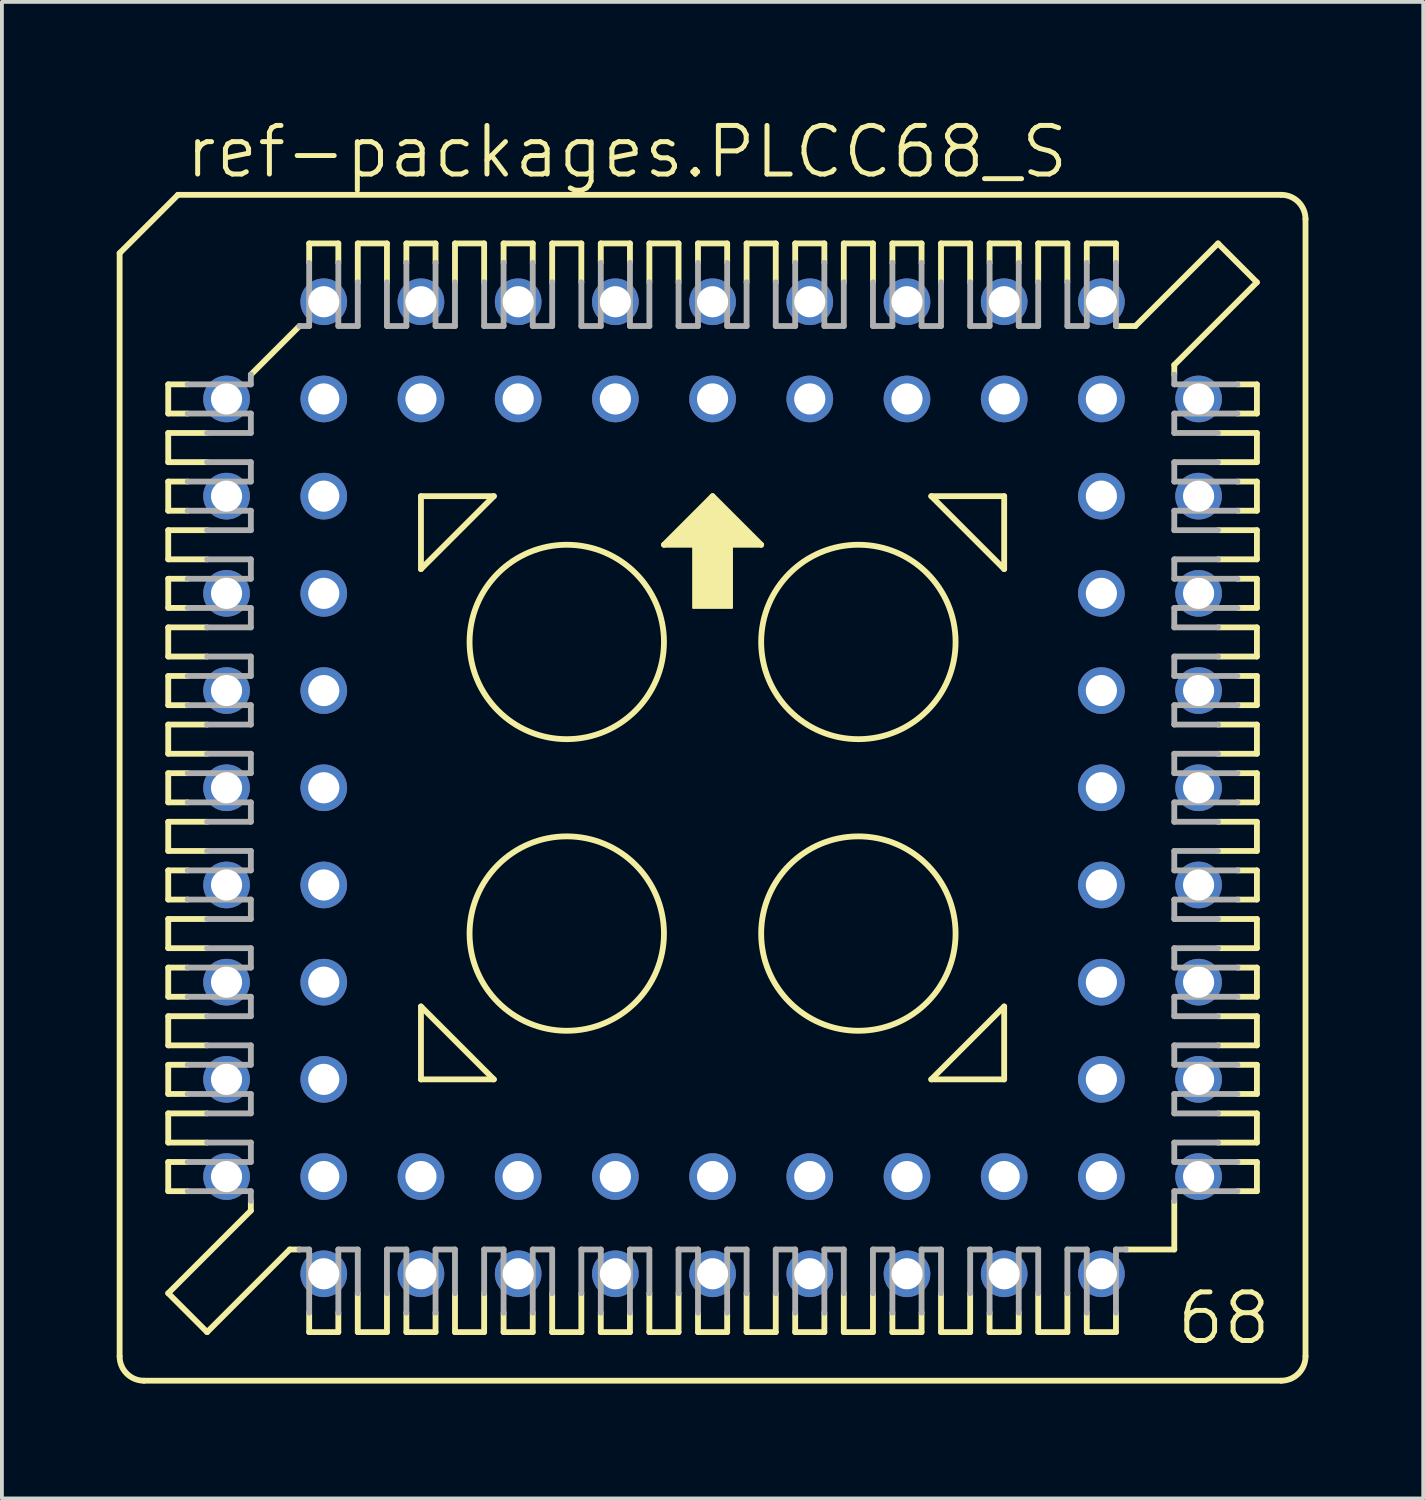
<source format=kicad_pcb>
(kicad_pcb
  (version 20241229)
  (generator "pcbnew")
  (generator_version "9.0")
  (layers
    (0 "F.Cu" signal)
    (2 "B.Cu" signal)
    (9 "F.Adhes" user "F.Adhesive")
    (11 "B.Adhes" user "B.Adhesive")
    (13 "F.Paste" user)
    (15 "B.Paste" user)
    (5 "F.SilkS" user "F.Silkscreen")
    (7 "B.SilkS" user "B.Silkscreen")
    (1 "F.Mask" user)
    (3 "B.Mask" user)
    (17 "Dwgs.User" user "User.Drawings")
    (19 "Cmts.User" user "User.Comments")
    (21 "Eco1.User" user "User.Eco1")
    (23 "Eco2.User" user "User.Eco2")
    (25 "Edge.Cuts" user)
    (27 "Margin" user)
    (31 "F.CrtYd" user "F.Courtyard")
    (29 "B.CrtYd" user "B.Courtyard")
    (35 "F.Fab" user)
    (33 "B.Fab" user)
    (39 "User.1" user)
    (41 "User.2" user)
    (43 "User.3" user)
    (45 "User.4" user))
  (footprint "ref-packages.PLCC68_S"
    (layer "F.Cu")
    (at 15.57 17.535)
    (property "Reference" "ref-packages.PLCC68_S" (at -13.843 -15.875 0) (layer "F.SilkS") (effects (font (size 1.27 1.27) (thickness 0.13)) (justify left bottom)))
    (attr through_hole)
    (fp_line (start -15.494 -13.97) (end -15.494 14.859) (stroke (width 0.152) (type default)) (layer "F.SilkS"))
    (fp_line (start -14.224 -10.541) (end -14.224 -9.779) (stroke (width 0.152) (type default)) (layer "F.SilkS"))
    (fp_line (start -14.224 -9.779) (end -13.716 -9.779) (stroke (width 0.152) (type default)) (layer "F.SilkS"))
    (fp_line (start -14.224 -9.271) (end -14.224 -8.509) (stroke (width 0.152) (type default)) (layer "F.SilkS"))
    (fp_line (start -14.224 -8.509) (end -13.208 -8.509) (stroke (width 0.152) (type default)) (layer "F.SilkS"))
    (fp_line (start -14.224 -8.001) (end -13.716 -8.001) (stroke (width 0.152) (type default)) (layer "F.SilkS"))
    (fp_line (start -14.224 -7.239) (end -14.224 -8.001) (stroke (width 0.152) (type default)) (layer "F.SilkS"))
    (fp_line (start -14.224 -6.731) (end -14.224 -5.969) (stroke (width 0.152) (type default)) (layer "F.SilkS"))
    (fp_line (start -14.224 -5.969) (end -13.208 -5.969) (stroke (width 0.152) (type default)) (layer "F.SilkS"))
    (fp_line (start -14.224 -5.461) (end -14.224 -4.699) (stroke (width 0.152) (type default)) (layer "F.SilkS"))
    (fp_line (start -14.224 -4.699) (end -13.716 -4.699) (stroke (width 0.152) (type default)) (layer "F.SilkS"))
    (fp_line (start -14.224 -4.191) (end -14.224 -3.429) (stroke (width 0.152) (type default)) (layer "F.SilkS"))
    (fp_line (start -14.224 -3.429) (end -13.208 -3.429) (stroke (width 0.152) (type default)) (layer "F.SilkS"))
    (fp_line (start -14.224 -2.921) (end -14.224 -2.159) (stroke (width 0.152) (type default)) (layer "F.SilkS"))
    (fp_line (start -14.224 -2.159) (end -13.716 -2.159) (stroke (width 0.152) (type default)) (layer "F.SilkS"))
    (fp_line (start -14.224 -1.651) (end -13.208 -1.651) (stroke (width 0.152) (type default)) (layer "F.SilkS"))
    (fp_line (start -14.224 -0.889) (end -14.224 -1.651) (stroke (width 0.152) (type default)) (layer "F.SilkS"))
    (fp_line (start -14.224 -0.381) (end -13.716 -0.381) (stroke (width 0.152) (type default)) (layer "F.SilkS"))
    (fp_line (start -14.224 0.381) (end -14.224 -0.381) (stroke (width 0.152) (type default)) (layer "F.SilkS"))
    (fp_line (start -14.224 0.889) (end -13.208 0.889) (stroke (width 0.152) (type default)) (layer "F.SilkS"))
    (fp_line (start -14.224 1.651) (end -14.224 0.889) (stroke (width 0.152) (type default)) (layer "F.SilkS"))
    (fp_line (start -14.224 2.159) (end -13.716 2.159) (stroke (width 0.152) (type default)) (layer "F.SilkS"))
    (fp_line (start -14.224 2.921) (end -14.224 2.159) (stroke (width 0.152) (type default)) (layer "F.SilkS"))
    (fp_line (start -14.224 3.429) (end -13.208 3.429) (stroke (width 0.152) (type default)) (layer "F.SilkS"))
    (fp_line (start -14.224 4.191) (end -14.224 3.429) (stroke (width 0.152) (type default)) (layer "F.SilkS"))
    (fp_line (start -14.224 4.699) (end -13.716 4.699) (stroke (width 0.152) (type default)) (layer "F.SilkS"))
    (fp_line (start -14.224 5.461) (end -14.224 4.699) (stroke (width 0.152) (type default)) (layer "F.SilkS"))
    (fp_line (start -14.224 5.969) (end -14.224 6.731) (stroke (width 0.152) (type default)) (layer "F.SilkS"))
    (fp_line (start -14.224 6.731) (end -13.208 6.731) (stroke (width 0.152) (type default)) (layer "F.SilkS"))
    (fp_line (start -14.224 7.239) (end -14.224 8.001) (stroke (width 0.152) (type default)) (layer "F.SilkS"))
    (fp_line (start -14.224 8.001) (end -13.716 8.001) (stroke (width 0.152) (type default)) (layer "F.SilkS"))
    (fp_line (start -14.224 8.509) (end -14.224 9.271) (stroke (width 0.152) (type default)) (layer "F.SilkS"))
    (fp_line (start -14.224 9.271) (end -13.208 9.271) (stroke (width 0.152) (type default)) (layer "F.SilkS"))
    (fp_line (start -14.224 9.779) (end -13.716 9.779) (stroke (width 0.152) (type default)) (layer "F.SilkS"))
    (fp_line (start -14.224 10.541) (end -14.224 9.779) (stroke (width 0.152) (type default)) (layer "F.SilkS"))
    (fp_line (start -14.224 13.208) (end -12.065 11.049) (stroke (width 0.152) (type default)) (layer "F.SilkS"))
    (fp_line (start -13.97 -15.494) (end -15.494 -13.97) (stroke (width 0.152) (type default)) (layer "F.SilkS"))
    (fp_line (start -13.716 -10.541) (end -14.224 -10.541) (stroke (width 0.152) (type default)) (layer "F.SilkS"))
    (fp_line (start -13.716 -7.239) (end -14.224 -7.239) (stroke (width 0.152) (type default)) (layer "F.SilkS"))
    (fp_line (start -13.716 -5.461) (end -14.224 -5.461) (stroke (width 0.152) (type default)) (layer "F.SilkS"))
    (fp_line (start -13.716 -2.921) (end -14.224 -2.921) (stroke (width 0.152) (type default)) (layer "F.SilkS"))
    (fp_line (start -13.716 0.381) (end -14.224 0.381) (stroke (width 0.152) (type default)) (layer "F.SilkS"))
    (fp_line (start -13.716 2.921) (end -14.224 2.921) (stroke (width 0.152) (type default)) (layer "F.SilkS"))
    (fp_line (start -13.716 5.461) (end -14.224 5.461) (stroke (width 0.152) (type default)) (layer "F.SilkS"))
    (fp_line (start -13.716 7.239) (end -14.224 7.239) (stroke (width 0.152) (type default)) (layer "F.SilkS"))
    (fp_line (start -13.716 10.541) (end -14.224 10.541) (stroke (width 0.152) (type default)) (layer "F.SilkS"))
    (fp_line (start -13.208 -9.271) (end -14.224 -9.271) (stroke (width 0.152) (type default)) (layer "F.SilkS"))
    (fp_line (start -13.208 -6.731) (end -14.224 -6.731) (stroke (width 0.152) (type default)) (layer "F.SilkS"))
    (fp_line (start -13.208 -4.191) (end -14.224 -4.191) (stroke (width 0.152) (type default)) (layer "F.SilkS"))
    (fp_line (start -13.208 -0.889) (end -14.224 -0.889) (stroke (width 0.152) (type default)) (layer "F.SilkS"))
    (fp_line (start -13.208 1.651) (end -14.224 1.651) (stroke (width 0.152) (type default)) (layer "F.SilkS"))
    (fp_line (start -13.208 4.191) (end -14.224 4.191) (stroke (width 0.152) (type default)) (layer "F.SilkS"))
    (fp_line (start -13.208 5.969) (end -14.224 5.969) (stroke (width 0.152) (type default)) (layer "F.SilkS"))
    (fp_line (start -13.208 8.509) (end -14.224 8.509) (stroke (width 0.152) (type default)) (layer "F.SilkS"))
    (fp_line (start -13.208 14.224) (end -14.224 13.208) (stroke (width 0.152) (type default)) (layer "F.SilkS"))
    (fp_line (start -13.208 14.224) (end -11.049 12.065) (stroke (width 0.152) (type default)) (layer "F.SilkS"))
    (fp_line (start -12.065 -10.795) (end -10.795 -12.065) (stroke (width 0.152) (type default)) (layer "F.SilkS"))
    (fp_line (start -12.065 11.049) (end -12.065 10.795) (stroke (width 0.152) (type default)) (layer "F.SilkS"))
    (fp_line (start -11.049 12.065) (end -10.795 12.065) (stroke (width 0.152) (type default)) (layer "F.SilkS"))
    (fp_line (start -10.541 -14.224) (end -10.541 -13.716) (stroke (width 0.152) (type default)) (layer "F.SilkS"))
    (fp_line (start -10.541 13.716) (end -10.541 14.224) (stroke (width 0.152) (type default)) (layer "F.SilkS"))
    (fp_line (start -10.541 14.224) (end -9.779 14.224) (stroke (width 0.152) (type default)) (layer "F.SilkS"))
    (fp_line (start -9.779 -14.224) (end -10.541 -14.224) (stroke (width 0.152) (type default)) (layer "F.SilkS"))
    (fp_line (start -9.779 -13.716) (end -9.779 -14.224) (stroke (width 0.152) (type default)) (layer "F.SilkS"))
    (fp_line (start -9.779 14.224) (end -9.779 13.716) (stroke (width 0.152) (type default)) (layer "F.SilkS"))
    (fp_line (start -9.271 -14.224) (end -9.271 -13.208) (stroke (width 0.152) (type default)) (layer "F.SilkS"))
    (fp_line (start -9.271 13.208) (end -9.271 14.224) (stroke (width 0.152) (type default)) (layer "F.SilkS"))
    (fp_line (start -9.271 14.224) (end -8.509 14.224) (stroke (width 0.152) (type default)) (layer "F.SilkS"))
    (fp_line (start -8.509 -14.224) (end -9.271 -14.224) (stroke (width 0.152) (type default)) (layer "F.SilkS"))
    (fp_line (start -8.509 -13.208) (end -8.509 -14.224) (stroke (width 0.152) (type default)) (layer "F.SilkS"))
    (fp_line (start -8.509 14.224) (end -8.509 13.208) (stroke (width 0.152) (type default)) (layer "F.SilkS"))
    (fp_line (start -8.001 -14.224) (end -8.001 -13.716) (stroke (width 0.152) (type default)) (layer "F.SilkS"))
    (fp_line (start -8.001 14.224) (end -8.001 13.716) (stroke (width 0.152) (type default)) (layer "F.SilkS"))
    (fp_line (start -7.62 -7.62) (end -5.715 -7.62) (stroke (width 0.152) (type default)) (layer "F.SilkS"))
    (fp_line (start -7.62 -5.715) (end -7.62 -7.62) (stroke (width 0.152) (type default)) (layer "F.SilkS"))
    (fp_line (start -7.62 5.715) (end -5.715 7.62) (stroke (width 0.152) (type default)) (layer "F.SilkS"))
    (fp_line (start -7.62 7.62) (end -7.62 5.715) (stroke (width 0.152) (type default)) (layer "F.SilkS"))
    (fp_line (start -7.239 -14.224) (end -8.001 -14.224) (stroke (width 0.152) (type default)) (layer "F.SilkS"))
    (fp_line (start -7.239 -13.716) (end -7.239 -14.224) (stroke (width 0.152) (type default)) (layer "F.SilkS"))
    (fp_line (start -7.239 13.716) (end -7.239 14.224) (stroke (width 0.152) (type default)) (layer "F.SilkS"))
    (fp_line (start -7.239 14.224) (end -8.001 14.224) (stroke (width 0.152) (type default)) (layer "F.SilkS"))
    (fp_line (start -6.731 -14.224) (end -6.731 -13.208) (stroke (width 0.152) (type default)) (layer "F.SilkS"))
    (fp_line (start -6.731 13.208) (end -6.731 14.224) (stroke (width 0.152) (type default)) (layer "F.SilkS"))
    (fp_line (start -6.731 14.224) (end -5.969 14.224) (stroke (width 0.152) (type default)) (layer "F.SilkS"))
    (fp_line (start -5.969 -14.224) (end -6.731 -14.224) (stroke (width 0.152) (type default)) (layer "F.SilkS"))
    (fp_line (start -5.969 -13.208) (end -5.969 -14.224) (stroke (width 0.152) (type default)) (layer "F.SilkS"))
    (fp_line (start -5.969 14.224) (end -5.969 13.208) (stroke (width 0.152) (type default)) (layer "F.SilkS"))
    (fp_line (start -5.715 -7.62) (end -7.62 -5.715) (stroke (width 0.152) (type default)) (layer "F.SilkS"))
    (fp_line (start -5.715 7.62) (end -7.62 7.62) (stroke (width 0.152) (type default)) (layer "F.SilkS"))
    (fp_line (start -5.461 -14.224) (end -5.461 -13.716) (stroke (width 0.152) (type default)) (layer "F.SilkS"))
    (fp_line (start -5.461 13.716) (end -5.461 14.224) (stroke (width 0.152) (type default)) (layer "F.SilkS"))
    (fp_line (start -5.461 14.224) (end -4.699 14.224) (stroke (width 0.152) (type default)) (layer "F.SilkS"))
    (fp_line (start -4.699 -14.224) (end -5.461 -14.224) (stroke (width 0.152) (type default)) (layer "F.SilkS"))
    (fp_line (start -4.699 -13.716) (end -4.699 -14.224) (stroke (width 0.152) (type default)) (layer "F.SilkS"))
    (fp_line (start -4.699 14.224) (end -4.699 13.716) (stroke (width 0.152) (type default)) (layer "F.SilkS"))
    (fp_line (start -4.191 -14.224) (end -4.191 -13.208) (stroke (width 0.152) (type default)) (layer "F.SilkS"))
    (fp_line (start -4.191 13.208) (end -4.191 14.224) (stroke (width 0.152) (type default)) (layer "F.SilkS"))
    (fp_line (start -4.191 14.224) (end -3.429 14.224) (stroke (width 0.152) (type default)) (layer "F.SilkS"))
    (fp_line (start -3.429 -14.224) (end -4.191 -14.224) (stroke (width 0.152) (type default)) (layer "F.SilkS"))
    (fp_line (start -3.429 -13.208) (end -3.429 -14.224) (stroke (width 0.152) (type default)) (layer "F.SilkS"))
    (fp_line (start -3.429 14.224) (end -3.429 13.208) (stroke (width 0.152) (type default)) (layer "F.SilkS"))
    (fp_line (start -2.921 -14.224) (end -2.921 -13.716) (stroke (width 0.152) (type default)) (layer "F.SilkS"))
    (fp_line (start -2.921 13.716) (end -2.921 14.224) (stroke (width 0.152) (type default)) (layer "F.SilkS"))
    (fp_line (start -2.921 14.224) (end -2.159 14.224) (stroke (width 0.152) (type default)) (layer "F.SilkS"))
    (fp_line (start -2.159 -14.224) (end -2.921 -14.224) (stroke (width 0.152) (type default)) (layer "F.SilkS"))
    (fp_line (start -2.159 -13.716) (end -2.159 -14.224) (stroke (width 0.152) (type default)) (layer "F.SilkS"))
    (fp_line (start -2.159 14.224) (end -2.159 13.716) (stroke (width 0.152) (type default)) (layer "F.SilkS"))
    (fp_line (start -1.651 -14.224) (end -1.651 -13.208) (stroke (width 0.152) (type default)) (layer "F.SilkS"))
    (fp_line (start -1.651 13.208) (end -1.651 14.224) (stroke (width 0.152) (type default)) (layer "F.SilkS"))
    (fp_line (start -1.651 14.224) (end -0.889 14.224) (stroke (width 0.152) (type default)) (layer "F.SilkS"))
    (fp_line (start -1.27 -6.35) (end 1.27 -6.35) (stroke (width 0.152) (type default)) (layer "F.SilkS"))
    (fp_line (start -0.889 -14.224) (end -1.651 -14.224) (stroke (width 0.152) (type default)) (layer "F.SilkS"))
    (fp_line (start -0.889 -13.208) (end -0.889 -14.224) (stroke (width 0.152) (type default)) (layer "F.SilkS"))
    (fp_line (start -0.889 14.224) (end -0.889 13.208) (stroke (width 0.152) (type default)) (layer "F.SilkS"))
    (fp_line (start -0.381 -14.224) (end -0.381 -13.716) (stroke (width 0.152) (type default)) (layer "F.SilkS"))
    (fp_line (start -0.381 13.716) (end -0.381 14.224) (stroke (width 0.152) (type default)) (layer "F.SilkS"))
    (fp_line (start -0.381 14.224) (end 0.381 14.224) (stroke (width 0.152) (type default)) (layer "F.SilkS"))
    (fp_line (start 0 -7.62) (end -1.27 -6.35) (stroke (width 0.152) (type default)) (layer "F.SilkS"))
    (fp_line (start 0.381 -14.224) (end -0.381 -14.224) (stroke (width 0.152) (type default)) (layer "F.SilkS"))
    (fp_line (start 0.381 -13.716) (end 0.381 -14.224) (stroke (width 0.152) (type default)) (layer "F.SilkS"))
    (fp_line (start 0.381 14.224) (end 0.381 13.716) (stroke (width 0.152) (type default)) (layer "F.SilkS"))
    (fp_line (start 0.889 -14.224) (end 0.889 -13.208) (stroke (width 0.152) (type default)) (layer "F.SilkS"))
    (fp_line (start 0.889 13.208) (end 0.889 14.224) (stroke (width 0.152) (type default)) (layer "F.SilkS"))
    (fp_line (start 0.889 14.224) (end 1.651 14.224) (stroke (width 0.152) (type default)) (layer "F.SilkS"))
    (fp_line (start 1.27 -6.35) (end 0 -7.62) (stroke (width 0.152) (type default)) (layer "F.SilkS"))
    (fp_line (start 1.651 -14.224) (end 0.889 -14.224) (stroke (width 0.152) (type default)) (layer "F.SilkS"))
    (fp_line (start 1.651 -13.208) (end 1.651 -14.224) (stroke (width 0.152) (type default)) (layer "F.SilkS"))
    (fp_line (start 1.651 14.224) (end 1.651 13.208) (stroke (width 0.152) (type default)) (layer "F.SilkS"))
    (fp_line (start 2.159 -14.224) (end 2.159 -13.716) (stroke (width 0.152) (type default)) (layer "F.SilkS"))
    (fp_line (start 2.159 13.716) (end 2.159 14.224) (stroke (width 0.152) (type default)) (layer "F.SilkS"))
    (fp_line (start 2.159 14.224) (end 2.921 14.224) (stroke (width 0.152) (type default)) (layer "F.SilkS"))
    (fp_line (start 2.921 -14.224) (end 2.159 -14.224) (stroke (width 0.152) (type default)) (layer "F.SilkS"))
    (fp_line (start 2.921 -13.716) (end 2.921 -14.224) (stroke (width 0.152) (type default)) (layer "F.SilkS"))
    (fp_line (start 2.921 14.224) (end 2.921 13.716) (stroke (width 0.152) (type default)) (layer "F.SilkS"))
    (fp_line (start 3.429 -14.224) (end 3.429 -13.208) (stroke (width 0.152) (type default)) (layer "F.SilkS"))
    (fp_line (start 3.429 13.208) (end 3.429 14.224) (stroke (width 0.152) (type default)) (layer "F.SilkS"))
    (fp_line (start 3.429 14.224) (end 4.191 14.224) (stroke (width 0.152) (type default)) (layer "F.SilkS"))
    (fp_line (start 4.191 -14.224) (end 3.429 -14.224) (stroke (width 0.152) (type default)) (layer "F.SilkS"))
    (fp_line (start 4.191 -13.208) (end 4.191 -14.224) (stroke (width 0.152) (type default)) (layer "F.SilkS"))
    (fp_line (start 4.191 14.224) (end 4.191 13.208) (stroke (width 0.152) (type default)) (layer "F.SilkS"))
    (fp_line (start 4.699 -14.224) (end 4.699 -13.716) (stroke (width 0.152) (type default)) (layer "F.SilkS"))
    (fp_line (start 4.699 13.716) (end 4.699 14.224) (stroke (width 0.152) (type default)) (layer "F.SilkS"))
    (fp_line (start 4.699 14.224) (end 5.461 14.224) (stroke (width 0.152) (type default)) (layer "F.SilkS"))
    (fp_line (start 5.461 -14.224) (end 4.699 -14.224) (stroke (width 0.152) (type default)) (layer "F.SilkS"))
    (fp_line (start 5.461 -13.716) (end 5.461 -14.224) (stroke (width 0.152) (type default)) (layer "F.SilkS"))
    (fp_line (start 5.461 14.224) (end 5.461 13.716) (stroke (width 0.152) (type default)) (layer "F.SilkS"))
    (fp_line (start 5.715 -7.62) (end 7.62 -7.62) (stroke (width 0.152) (type default)) (layer "F.SilkS"))
    (fp_line (start 5.715 7.62) (end 7.62 7.62) (stroke (width 0.152) (type default)) (layer "F.SilkS"))
    (fp_line (start 5.969 -14.224) (end 5.969 -13.208) (stroke (width 0.152) (type default)) (layer "F.SilkS"))
    (fp_line (start 5.969 13.208) (end 5.969 14.224) (stroke (width 0.152) (type default)) (layer "F.SilkS"))
    (fp_line (start 5.969 14.224) (end 6.731 14.224) (stroke (width 0.152) (type default)) (layer "F.SilkS"))
    (fp_line (start 6.731 -14.224) (end 5.969 -14.224) (stroke (width 0.152) (type default)) (layer "F.SilkS"))
    (fp_line (start 6.731 -13.208) (end 6.731 -14.224) (stroke (width 0.152) (type default)) (layer "F.SilkS"))
    (fp_line (start 6.731 14.224) (end 6.731 13.208) (stroke (width 0.152) (type default)) (layer "F.SilkS"))
    (fp_line (start 7.239 -14.224) (end 8.001 -14.224) (stroke (width 0.152) (type default)) (layer "F.SilkS"))
    (fp_line (start 7.239 -13.716) (end 7.239 -14.224) (stroke (width 0.152) (type default)) (layer "F.SilkS"))
    (fp_line (start 7.239 13.716) (end 7.239 14.224) (stroke (width 0.152) (type default)) (layer "F.SilkS"))
    (fp_line (start 7.239 14.224) (end 8.001 14.224) (stroke (width 0.152) (type default)) (layer "F.SilkS"))
    (fp_line (start 7.62 -7.62) (end 7.62 -5.715) (stroke (width 0.152) (type default)) (layer "F.SilkS"))
    (fp_line (start 7.62 -5.715) (end 5.715 -7.62) (stroke (width 0.152) (type default)) (layer "F.SilkS"))
    (fp_line (start 7.62 5.715) (end 5.715 7.62) (stroke (width 0.152) (type default)) (layer "F.SilkS"))
    (fp_line (start 7.62 7.62) (end 7.62 5.715) (stroke (width 0.152) (type default)) (layer "F.SilkS"))
    (fp_line (start 8.001 -14.224) (end 8.001 -13.716) (stroke (width 0.152) (type default)) (layer "F.SilkS"))
    (fp_line (start 8.001 14.224) (end 8.001 13.716) (stroke (width 0.152) (type default)) (layer "F.SilkS"))
    (fp_line (start 8.509 -14.224) (end 8.509 -13.208) (stroke (width 0.152) (type default)) (layer "F.SilkS"))
    (fp_line (start 8.509 13.208) (end 8.509 14.224) (stroke (width 0.152) (type default)) (layer "F.SilkS"))
    (fp_line (start 8.509 14.224) (end 9.271 14.224) (stroke (width 0.152) (type default)) (layer "F.SilkS"))
    (fp_line (start 9.271 -14.224) (end 8.509 -14.224) (stroke (width 0.152) (type default)) (layer "F.SilkS"))
    (fp_line (start 9.271 -13.208) (end 9.271 -14.224) (stroke (width 0.152) (type default)) (layer "F.SilkS"))
    (fp_line (start 9.271 14.224) (end 9.271 13.208) (stroke (width 0.152) (type default)) (layer "F.SilkS"))
    (fp_line (start 9.779 -14.224) (end 9.779 -13.716) (stroke (width 0.152) (type default)) (layer "F.SilkS"))
    (fp_line (start 9.779 13.716) (end 9.779 14.224) (stroke (width 0.152) (type default)) (layer "F.SilkS"))
    (fp_line (start 9.779 14.224) (end 10.541 14.224) (stroke (width 0.152) (type default)) (layer "F.SilkS"))
    (fp_line (start 10.541 -14.224) (end 9.779 -14.224) (stroke (width 0.152) (type default)) (layer "F.SilkS"))
    (fp_line (start 10.541 -13.716) (end 10.541 -14.224) (stroke (width 0.152) (type default)) (layer "F.SilkS"))
    (fp_line (start 10.541 14.224) (end 10.541 13.716) (stroke (width 0.152) (type default)) (layer "F.SilkS"))
    (fp_line (start 10.795 12.065) (end 12.065 12.065) (stroke (width 0.152) (type default)) (layer "F.SilkS"))
    (fp_line (start 11.049 -12.065) (end 10.541 -12.065) (stroke (width 0.152) (type default)) (layer "F.SilkS"))
    (fp_line (start 12.065 -11.049) (end 12.065 -10.795) (stroke (width 0.152) (type default)) (layer "F.SilkS"))
    (fp_line (start 12.065 12.065) (end 12.065 10.795) (stroke (width 0.152) (type default)) (layer "F.SilkS"))
    (fp_line (start 13.208 -14.224) (end 11.049 -12.065) (stroke (width 0.152) (type default)) (layer "F.SilkS"))
    (fp_line (start 13.208 -8.509) (end 14.224 -8.509) (stroke (width 0.152) (type default)) (layer "F.SilkS"))
    (fp_line (start 13.208 -5.969) (end 14.224 -5.969) (stroke (width 0.152) (type default)) (layer "F.SilkS"))
    (fp_line (start 13.208 -4.191) (end 14.224 -4.191) (stroke (width 0.152) (type default)) (layer "F.SilkS"))
    (fp_line (start 13.208 -1.651) (end 14.224 -1.651) (stroke (width 0.152) (type default)) (layer "F.SilkS"))
    (fp_line (start 13.208 0.889) (end 14.224 0.889) (stroke (width 0.152) (type default)) (layer "F.SilkS"))
    (fp_line (start 13.208 4.191) (end 14.224 4.191) (stroke (width 0.152) (type default)) (layer "F.SilkS"))
    (fp_line (start 13.208 6.731) (end 14.224 6.731) (stroke (width 0.152) (type default)) (layer "F.SilkS"))
    (fp_line (start 13.208 9.271) (end 14.224 9.271) (stroke (width 0.152) (type default)) (layer "F.SilkS"))
    (fp_line (start 13.716 -10.541) (end 14.224 -10.541) (stroke (width 0.152) (type default)) (layer "F.SilkS"))
    (fp_line (start 13.716 -7.239) (end 14.224 -7.239) (stroke (width 0.152) (type default)) (layer "F.SilkS"))
    (fp_line (start 13.716 -5.461) (end 14.224 -5.461) (stroke (width 0.152) (type default)) (layer "F.SilkS"))
    (fp_line (start 13.716 -2.921) (end 14.224 -2.921) (stroke (width 0.152) (type default)) (layer "F.SilkS"))
    (fp_line (start 13.716 -0.381) (end 14.224 -0.381) (stroke (width 0.152) (type default)) (layer "F.SilkS"))
    (fp_line (start 13.716 2.921) (end 14.224 2.921) (stroke (width 0.152) (type default)) (layer "F.SilkS"))
    (fp_line (start 13.716 5.461) (end 14.224 5.461) (stroke (width 0.152) (type default)) (layer "F.SilkS"))
    (fp_line (start 13.716 7.239) (end 14.224 7.239) (stroke (width 0.152) (type default)) (layer "F.SilkS"))
    (fp_line (start 13.716 10.541) (end 14.224 10.541) (stroke (width 0.152) (type default)) (layer "F.SilkS"))
    (fp_line (start 14.224 -13.208) (end 12.065 -11.049) (stroke (width 0.152) (type default)) (layer "F.SilkS"))
    (fp_line (start 14.224 -13.208) (end 13.208 -14.224) (stroke (width 0.152) (type default)) (layer "F.SilkS"))
    (fp_line (start 14.224 -10.541) (end 14.224 -9.779) (stroke (width 0.152) (type default)) (layer "F.SilkS"))
    (fp_line (start 14.224 -9.779) (end 13.716 -9.779) (stroke (width 0.152) (type default)) (layer "F.SilkS"))
    (fp_line (start 14.224 -9.271) (end 13.208 -9.271) (stroke (width 0.152) (type default)) (layer "F.SilkS"))
    (fp_line (start 14.224 -8.509) (end 14.224 -9.271) (stroke (width 0.152) (type default)) (layer "F.SilkS"))
    (fp_line (start 14.224 -8.001) (end 13.716 -8.001) (stroke (width 0.152) (type default)) (layer "F.SilkS"))
    (fp_line (start 14.224 -7.239) (end 14.224 -8.001) (stroke (width 0.152) (type default)) (layer "F.SilkS"))
    (fp_line (start 14.224 -6.731) (end 13.208 -6.731) (stroke (width 0.152) (type default)) (layer "F.SilkS"))
    (fp_line (start 14.224 -5.969) (end 14.224 -6.731) (stroke (width 0.152) (type default)) (layer "F.SilkS"))
    (fp_line (start 14.224 -5.461) (end 14.224 -4.699) (stroke (width 0.152) (type default)) (layer "F.SilkS"))
    (fp_line (start 14.224 -4.699) (end 13.716 -4.699) (stroke (width 0.152) (type default)) (layer "F.SilkS"))
    (fp_line (start 14.224 -4.191) (end 14.224 -3.429) (stroke (width 0.152) (type default)) (layer "F.SilkS"))
    (fp_line (start 14.224 -3.429) (end 13.208 -3.429) (stroke (width 0.152) (type default)) (layer "F.SilkS"))
    (fp_line (start 14.224 -2.921) (end 14.224 -2.159) (stroke (width 0.152) (type default)) (layer "F.SilkS"))
    (fp_line (start 14.224 -2.159) (end 13.716 -2.159) (stroke (width 0.152) (type default)) (layer "F.SilkS"))
    (fp_line (start 14.224 -1.651) (end 14.224 -0.889) (stroke (width 0.152) (type default)) (layer "F.SilkS"))
    (fp_line (start 14.224 -0.889) (end 13.208 -0.889) (stroke (width 0.152) (type default)) (layer "F.SilkS"))
    (fp_line (start 14.224 -0.381) (end 14.224 0.381) (stroke (width 0.152) (type default)) (layer "F.SilkS"))
    (fp_line (start 14.224 0.381) (end 13.716 0.381) (stroke (width 0.152) (type default)) (layer "F.SilkS"))
    (fp_line (start 14.224 0.889) (end 14.224 1.651) (stroke (width 0.152) (type default)) (layer "F.SilkS"))
    (fp_line (start 14.224 1.651) (end 13.208 1.651) (stroke (width 0.152) (type default)) (layer "F.SilkS"))
    (fp_line (start 14.224 2.159) (end 13.716 2.159) (stroke (width 0.152) (type default)) (layer "F.SilkS"))
    (fp_line (start 14.224 2.921) (end 14.224 2.159) (stroke (width 0.152) (type default)) (layer "F.SilkS"))
    (fp_line (start 14.224 3.429) (end 13.208 3.429) (stroke (width 0.152) (type default)) (layer "F.SilkS"))
    (fp_line (start 14.224 4.191) (end 14.224 3.429) (stroke (width 0.152) (type default)) (layer "F.SilkS"))
    (fp_line (start 14.224 4.699) (end 13.716 4.699) (stroke (width 0.152) (type default)) (layer "F.SilkS"))
    (fp_line (start 14.224 5.461) (end 14.224 4.699) (stroke (width 0.152) (type default)) (layer "F.SilkS"))
    (fp_line (start 14.224 5.969) (end 13.208 5.969) (stroke (width 0.152) (type default)) (layer "F.SilkS"))
    (fp_line (start 14.224 6.731) (end 14.224 5.969) (stroke (width 0.152) (type default)) (layer "F.SilkS"))
    (fp_line (start 14.224 7.239) (end 14.224 8.001) (stroke (width 0.152) (type default)) (layer "F.SilkS"))
    (fp_line (start 14.224 8.001) (end 13.716 8.001) (stroke (width 0.152) (type default)) (layer "F.SilkS"))
    (fp_line (start 14.224 8.509) (end 13.208 8.509) (stroke (width 0.152) (type default)) (layer "F.SilkS"))
    (fp_line (start 14.224 9.271) (end 14.224 8.509) (stroke (width 0.152) (type default)) (layer "F.SilkS"))
    (fp_line (start 14.224 9.779) (end 13.716 9.779) (stroke (width 0.152) (type default)) (layer "F.SilkS"))
    (fp_line (start 14.224 10.541) (end 14.224 9.779) (stroke (width 0.152) (type default)) (layer "F.SilkS"))
    (fp_line (start 14.859 -15.494) (end -13.97 -15.494) (stroke (width 0.152) (type default)) (layer "F.SilkS"))
    (fp_line (start 14.859 15.494) (end -14.859 15.494) (stroke (width 0.152) (type default)) (layer "F.SilkS"))
    (fp_line (start 15.494 -14.859) (end 15.494 14.859) (stroke (width 0.152) (type default)) (layer "F.SilkS"))
    (fp_rect (start -1.143 -6.35) (end -0.889 -6.477) (stroke (width 0.05) (type default)) (fill yes) (layer "F.SilkS"))
    (fp_rect (start -1.016 -6.477) (end -0.889 -6.604) (stroke (width 0.05) (type default)) (fill yes) (layer "F.SilkS"))
    (fp_rect (start -0.889 -6.35) (end 0.889 -6.731) (stroke (width 0.05) (type default)) (fill yes) (layer "F.SilkS"))
    (fp_rect (start -0.762 -6.731) (end -0.635 -6.858) (stroke (width 0.05) (type default)) (fill yes) (layer "F.SilkS"))
    (fp_rect (start -0.635 -6.731) (end 0.635 -6.985) (stroke (width 0.05) (type default)) (fill yes) (layer "F.SilkS"))
    (fp_rect (start -0.508 -6.985) (end -0.381 -7.112) (stroke (width 0.05) (type default)) (fill yes) (layer "F.SilkS"))
    (fp_rect (start -0.508 -4.699) (end 0.508 -6.604) (stroke (width 0.05) (type default)) (fill yes) (layer "F.SilkS"))
    (fp_rect (start -0.381 -6.985) (end 0.381 -7.239) (stroke (width 0.05) (type default)) (fill yes) (layer "F.SilkS"))
    (fp_rect (start -0.254 -7.239) (end -0.127 -7.366) (stroke (width 0.05) (type default)) (fill yes) (layer "F.SilkS"))
    (fp_rect (start -0.127 -7.239) (end 0.127 -7.493) (stroke (width 0.05) (type default)) (fill yes) (layer "F.SilkS"))
    (fp_rect (start 0.127 -7.239) (end 0.254 -7.366) (stroke (width 0.05) (type default)) (fill yes) (layer "F.SilkS"))
    (fp_rect (start 0.381 -6.985) (end 0.508 -7.112) (stroke (width 0.05) (type default)) (fill yes) (layer "F.SilkS"))
    (fp_rect (start 0.635 -6.731) (end 0.762 -6.858) (stroke (width 0.05) (type default)) (fill yes) (layer "F.SilkS"))
    (fp_rect (start 0.889 -6.477) (end 1.016 -6.604) (stroke (width 0.05) (type default)) (fill yes) (layer "F.SilkS"))
    (fp_rect (start 0.889 -6.35) (end 1.143 -6.477) (stroke (width 0.05) (type default)) (fill yes) (layer "F.SilkS"))
    (fp_arc (start -14.859 15.494) (mid -15.308013 15.308013) (end -15.494 14.859) (stroke (width 0.1524) (type default)) (layer "F.SilkS"))
    (fp_arc (start 14.859 -15.494) (mid 15.308013 -15.308013) (end 15.494 -14.859) (stroke (width 0.1524) (type default)) (layer "F.SilkS"))
    (fp_arc (start 15.494 14.859) (mid 15.308013 15.308013) (end 14.859 15.494) (stroke (width 0.1524) (type default)) (layer "F.SilkS"))
    (fp_circle (center -3.81 -3.81) (end -1.27 -3.81) (stroke (width 0.152) (type default)) (fill no) (layer "F.SilkS"))
    (fp_circle (center -3.81 3.81) (end -1.27 3.81) (stroke (width 0.152) (type default)) (fill no) (layer "F.SilkS"))
    (fp_circle (center 3.81 -3.81) (end 6.35 -3.81) (stroke (width 0.152) (type default)) (fill no) (layer "F.SilkS"))
    (fp_circle (center 3.81 3.81) (end 6.35 3.81) (stroke (width 0.152) (type default)) (fill no) (layer "F.SilkS"))
    (fp_line (start -13.716 -10.541) (end -12.065 -10.541) (stroke (width 0.152) (type default)) (layer "F.Fab"))
    (fp_line (start -13.716 -7.239) (end -12.065 -7.239) (stroke (width 0.152) (type default)) (layer "F.Fab"))
    (fp_line (start -13.716 -5.461) (end -12.065 -5.461) (stroke (width 0.152) (type default)) (layer "F.Fab"))
    (fp_line (start -13.716 -2.921) (end -12.065 -2.921) (stroke (width 0.152) (type default)) (layer "F.Fab"))
    (fp_line (start -13.716 0.381) (end -12.065 0.381) (stroke (width 0.152) (type default)) (layer "F.Fab"))
    (fp_line (start -13.716 2.921) (end -12.065 2.921) (stroke (width 0.152) (type default)) (layer "F.Fab"))
    (fp_line (start -13.716 5.461) (end -12.065 5.461) (stroke (width 0.152) (type default)) (layer "F.Fab"))
    (fp_line (start -13.716 7.239) (end -12.065 7.239) (stroke (width 0.152) (type default)) (layer "F.Fab"))
    (fp_line (start -13.716 9.779) (end -12.065 9.779) (stroke (width 0.152) (type default)) (layer "F.Fab"))
    (fp_line (start -13.716 10.541) (end -12.065 10.541) (stroke (width 0.152) (type default)) (layer "F.Fab"))
    (fp_line (start -13.208 -9.271) (end -12.065 -9.271) (stroke (width 0.152) (type default)) (layer "F.Fab"))
    (fp_line (start -13.208 -6.731) (end -12.065 -6.731) (stroke (width 0.152) (type default)) (layer "F.Fab"))
    (fp_line (start -13.208 -4.191) (end -12.065 -4.191) (stroke (width 0.152) (type default)) (layer "F.Fab"))
    (fp_line (start -13.208 -0.889) (end -12.065 -0.889) (stroke (width 0.152) (type default)) (layer "F.Fab"))
    (fp_line (start -13.208 1.651) (end -12.065 1.651) (stroke (width 0.152) (type default)) (layer "F.Fab"))
    (fp_line (start -13.208 4.191) (end -12.065 4.191) (stroke (width 0.152) (type default)) (layer "F.Fab"))
    (fp_line (start -13.208 5.969) (end -12.065 5.969) (stroke (width 0.152) (type default)) (layer "F.Fab"))
    (fp_line (start -13.208 8.509) (end -12.065 8.509) (stroke (width 0.152) (type default)) (layer "F.Fab"))
    (fp_line (start -12.065 -10.541) (end -12.065 -10.795) (stroke (width 0.152) (type default)) (layer "F.Fab"))
    (fp_line (start -12.065 -9.779) (end -13.716 -9.779) (stroke (width 0.152) (type default)) (layer "F.Fab"))
    (fp_line (start -12.065 -9.779) (end -12.065 -9.271) (stroke (width 0.152) (type default)) (layer "F.Fab"))
    (fp_line (start -12.065 -8.509) (end -13.208 -8.509) (stroke (width 0.152) (type default)) (layer "F.Fab"))
    (fp_line (start -12.065 -8.001) (end -13.716 -8.001) (stroke (width 0.152) (type default)) (layer "F.Fab"))
    (fp_line (start -12.065 -8.001) (end -12.065 -8.509) (stroke (width 0.152) (type default)) (layer "F.Fab"))
    (fp_line (start -12.065 -6.731) (end -12.065 -7.239) (stroke (width 0.152) (type default)) (layer "F.Fab"))
    (fp_line (start -12.065 -5.969) (end -13.208 -5.969) (stroke (width 0.152) (type default)) (layer "F.Fab"))
    (fp_line (start -12.065 -5.969) (end -12.065 -5.461) (stroke (width 0.152) (type default)) (layer "F.Fab"))
    (fp_line (start -12.065 -4.699) (end -13.716 -4.699) (stroke (width 0.152) (type default)) (layer "F.Fab"))
    (fp_line (start -12.065 -4.699) (end -12.065 -4.191) (stroke (width 0.152) (type default)) (layer "F.Fab"))
    (fp_line (start -12.065 -3.429) (end -13.208 -3.429) (stroke (width 0.152) (type default)) (layer "F.Fab"))
    (fp_line (start -12.065 -3.429) (end -12.065 -2.921) (stroke (width 0.152) (type default)) (layer "F.Fab"))
    (fp_line (start -12.065 -2.159) (end -13.716 -2.159) (stroke (width 0.152) (type default)) (layer "F.Fab"))
    (fp_line (start -12.065 -2.159) (end -12.065 -1.651) (stroke (width 0.152) (type default)) (layer "F.Fab"))
    (fp_line (start -12.065 -1.651) (end -13.208 -1.651) (stroke (width 0.152) (type default)) (layer "F.Fab"))
    (fp_line (start -12.065 -0.381) (end -13.716 -0.381) (stroke (width 0.152) (type default)) (layer "F.Fab"))
    (fp_line (start -12.065 -0.381) (end -12.065 -0.889) (stroke (width 0.152) (type default)) (layer "F.Fab"))
    (fp_line (start -12.065 0.889) (end -13.208 0.889) (stroke (width 0.152) (type default)) (layer "F.Fab"))
    (fp_line (start -12.065 0.889) (end -12.065 0.381) (stroke (width 0.152) (type default)) (layer "F.Fab"))
    (fp_line (start -12.065 2.159) (end -13.716 2.159) (stroke (width 0.152) (type default)) (layer "F.Fab"))
    (fp_line (start -12.065 2.159) (end -12.065 1.651) (stroke (width 0.152) (type default)) (layer "F.Fab"))
    (fp_line (start -12.065 3.429) (end -13.208 3.429) (stroke (width 0.152) (type default)) (layer "F.Fab"))
    (fp_line (start -12.065 3.429) (end -12.065 2.921) (stroke (width 0.152) (type default)) (layer "F.Fab"))
    (fp_line (start -12.065 4.699) (end -13.716 4.699) (stroke (width 0.152) (type default)) (layer "F.Fab"))
    (fp_line (start -12.065 4.699) (end -12.065 4.191) (stroke (width 0.152) (type default)) (layer "F.Fab"))
    (fp_line (start -12.065 5.461) (end -12.065 5.969) (stroke (width 0.152) (type default)) (layer "F.Fab"))
    (fp_line (start -12.065 6.731) (end -13.208 6.731) (stroke (width 0.152) (type default)) (layer "F.Fab"))
    (fp_line (start -12.065 6.731) (end -12.065 7.239) (stroke (width 0.152) (type default)) (layer "F.Fab"))
    (fp_line (start -12.065 8.001) (end -13.716 8.001) (stroke (width 0.152) (type default)) (layer "F.Fab"))
    (fp_line (start -12.065 8.001) (end -12.065 8.509) (stroke (width 0.152) (type default)) (layer "F.Fab"))
    (fp_line (start -12.065 9.271) (end -13.208 9.271) (stroke (width 0.152) (type default)) (layer "F.Fab"))
    (fp_line (start -12.065 9.271) (end -12.065 9.779) (stroke (width 0.152) (type default)) (layer "F.Fab"))
    (fp_line (start -12.065 10.541) (end -12.065 10.795) (stroke (width 0.152) (type default)) (layer "F.Fab"))
    (fp_line (start -10.795 -12.065) (end -10.541 -12.065) (stroke (width 0.152) (type default)) (layer "F.Fab"))
    (fp_line (start -10.541 -12.065) (end -10.541 -13.716) (stroke (width 0.152) (type default)) (layer "F.Fab"))
    (fp_line (start -10.541 12.065) (end -10.795 12.065) (stroke (width 0.152) (type default)) (layer "F.Fab"))
    (fp_line (start -10.541 13.716) (end -10.541 12.065) (stroke (width 0.152) (type default)) (layer "F.Fab"))
    (fp_line (start -9.779 -13.716) (end -9.779 -12.065) (stroke (width 0.152) (type default)) (layer "F.Fab"))
    (fp_line (start -9.779 12.065) (end -9.779 13.716) (stroke (width 0.152) (type default)) (layer "F.Fab"))
    (fp_line (start -9.779 12.065) (end -9.271 12.065) (stroke (width 0.152) (type default)) (layer "F.Fab"))
    (fp_line (start -9.271 -12.065) (end -9.779 -12.065) (stroke (width 0.152) (type default)) (layer "F.Fab"))
    (fp_line (start -9.271 -12.065) (end -9.271 -13.208) (stroke (width 0.152) (type default)) (layer "F.Fab"))
    (fp_line (start -9.271 13.208) (end -9.271 12.065) (stroke (width 0.152) (type default)) (layer "F.Fab"))
    (fp_line (start -8.509 -13.208) (end -8.509 -12.065) (stroke (width 0.152) (type default)) (layer "F.Fab"))
    (fp_line (start -8.509 12.065) (end -8.509 13.208) (stroke (width 0.152) (type default)) (layer "F.Fab"))
    (fp_line (start -8.001 -12.065) (end -8.509 -12.065) (stroke (width 0.152) (type default)) (layer "F.Fab"))
    (fp_line (start -8.001 -12.065) (end -8.001 -13.716) (stroke (width 0.152) (type default)) (layer "F.Fab"))
    (fp_line (start -8.001 12.065) (end -8.509 12.065) (stroke (width 0.152) (type default)) (layer "F.Fab"))
    (fp_line (start -8.001 12.065) (end -8.001 13.716) (stroke (width 0.152) (type default)) (layer "F.Fab"))
    (fp_line (start -7.239 -13.716) (end -7.239 -12.065) (stroke (width 0.152) (type default)) (layer "F.Fab"))
    (fp_line (start -7.239 13.716) (end -7.239 12.065) (stroke (width 0.152) (type default)) (layer "F.Fab"))
    (fp_line (start -6.731 -12.065) (end -7.239 -12.065) (stroke (width 0.152) (type default)) (layer "F.Fab"))
    (fp_line (start -6.731 -12.065) (end -6.731 -13.208) (stroke (width 0.152) (type default)) (layer "F.Fab"))
    (fp_line (start -6.731 12.065) (end -7.239 12.065) (stroke (width 0.152) (type default)) (layer "F.Fab"))
    (fp_line (start -6.731 13.208) (end -6.731 12.065) (stroke (width 0.152) (type default)) (layer "F.Fab"))
    (fp_line (start -5.969 -13.208) (end -5.969 -12.065) (stroke (width 0.152) (type default)) (layer "F.Fab"))
    (fp_line (start -5.969 12.065) (end -5.969 13.208) (stroke (width 0.152) (type default)) (layer "F.Fab"))
    (fp_line (start -5.969 12.065) (end -5.461 12.065) (stroke (width 0.152) (type default)) (layer "F.Fab"))
    (fp_line (start -5.461 -12.065) (end -5.969 -12.065) (stroke (width 0.152) (type default)) (layer "F.Fab"))
    (fp_line (start -5.461 -12.065) (end -5.461 -13.716) (stroke (width 0.152) (type default)) (layer "F.Fab"))
    (fp_line (start -5.461 13.716) (end -5.461 12.065) (stroke (width 0.152) (type default)) (layer "F.Fab"))
    (fp_line (start -4.699 -13.716) (end -4.699 -12.065) (stroke (width 0.152) (type default)) (layer "F.Fab"))
    (fp_line (start -4.699 12.065) (end -4.699 13.716) (stroke (width 0.152) (type default)) (layer "F.Fab"))
    (fp_line (start -4.699 12.065) (end -4.191 12.065) (stroke (width 0.152) (type default)) (layer "F.Fab"))
    (fp_line (start -4.191 -12.065) (end -4.699 -12.065) (stroke (width 0.152) (type default)) (layer "F.Fab"))
    (fp_line (start -4.191 -12.065) (end -4.191 -13.208) (stroke (width 0.152) (type default)) (layer "F.Fab"))
    (fp_line (start -4.191 13.208) (end -4.191 12.065) (stroke (width 0.152) (type default)) (layer "F.Fab"))
    (fp_line (start -3.429 -13.208) (end -3.429 -12.065) (stroke (width 0.152) (type default)) (layer "F.Fab"))
    (fp_line (start -3.429 12.065) (end -3.429 13.208) (stroke (width 0.152) (type default)) (layer "F.Fab"))
    (fp_line (start -3.429 12.065) (end -2.921 12.065) (stroke (width 0.152) (type default)) (layer "F.Fab"))
    (fp_line (start -2.921 -12.065) (end -3.429 -12.065) (stroke (width 0.152) (type default)) (layer "F.Fab"))
    (fp_line (start -2.921 -12.065) (end -2.921 -13.716) (stroke (width 0.152) (type default)) (layer "F.Fab"))
    (fp_line (start -2.921 13.716) (end -2.921 12.065) (stroke (width 0.152) (type default)) (layer "F.Fab"))
    (fp_line (start -2.159 -13.716) (end -2.159 -12.065) (stroke (width 0.152) (type default)) (layer "F.Fab"))
    (fp_line (start -2.159 12.065) (end -2.159 13.716) (stroke (width 0.152) (type default)) (layer "F.Fab"))
    (fp_line (start -2.159 12.065) (end -1.651 12.065) (stroke (width 0.152) (type default)) (layer "F.Fab"))
    (fp_line (start -1.651 -12.065) (end -2.159 -12.065) (stroke (width 0.152) (type default)) (layer "F.Fab"))
    (fp_line (start -1.651 -12.065) (end -1.651 -13.208) (stroke (width 0.152) (type default)) (layer "F.Fab"))
    (fp_line (start -1.651 13.208) (end -1.651 12.065) (stroke (width 0.152) (type default)) (layer "F.Fab"))
    (fp_line (start -0.889 -13.208) (end -0.889 -12.065) (stroke (width 0.152) (type default)) (layer "F.Fab"))
    (fp_line (start -0.889 12.065) (end -0.889 13.208) (stroke (width 0.152) (type default)) (layer "F.Fab"))
    (fp_line (start -0.889 12.065) (end -0.381 12.065) (stroke (width 0.152) (type default)) (layer "F.Fab"))
    (fp_line (start -0.381 -12.065) (end -0.889 -12.065) (stroke (width 0.152) (type default)) (layer "F.Fab"))
    (fp_line (start -0.381 -12.065) (end -0.381 -13.716) (stroke (width 0.152) (type default)) (layer "F.Fab"))
    (fp_line (start -0.381 13.716) (end -0.381 12.065) (stroke (width 0.152) (type default)) (layer "F.Fab"))
    (fp_line (start 0.381 -13.716) (end 0.381 -12.065) (stroke (width 0.152) (type default)) (layer "F.Fab"))
    (fp_line (start 0.381 12.065) (end 0.381 13.716) (stroke (width 0.152) (type default)) (layer "F.Fab"))
    (fp_line (start 0.381 12.065) (end 0.889 12.065) (stroke (width 0.152) (type default)) (layer "F.Fab"))
    (fp_line (start 0.889 -12.065) (end 0.381 -12.065) (stroke (width 0.152) (type default)) (layer "F.Fab"))
    (fp_line (start 0.889 -12.065) (end 0.889 -13.208) (stroke (width 0.152) (type default)) (layer "F.Fab"))
    (fp_line (start 0.889 13.208) (end 0.889 12.065) (stroke (width 0.152) (type default)) (layer "F.Fab"))
    (fp_line (start 1.651 -13.208) (end 1.651 -12.065) (stroke (width 0.152) (type default)) (layer "F.Fab"))
    (fp_line (start 1.651 12.065) (end 1.651 13.208) (stroke (width 0.152) (type default)) (layer "F.Fab"))
    (fp_line (start 1.651 12.065) (end 2.159 12.065) (stroke (width 0.152) (type default)) (layer "F.Fab"))
    (fp_line (start 2.159 -12.065) (end 1.651 -12.065) (stroke (width 0.152) (type default)) (layer "F.Fab"))
    (fp_line (start 2.159 -12.065) (end 2.159 -13.716) (stroke (width 0.152) (type default)) (layer "F.Fab"))
    (fp_line (start 2.159 13.716) (end 2.159 12.065) (stroke (width 0.152) (type default)) (layer "F.Fab"))
    (fp_line (start 2.921 -13.716) (end 2.921 -12.065) (stroke (width 0.152) (type default)) (layer "F.Fab"))
    (fp_line (start 2.921 12.065) (end 2.921 13.716) (stroke (width 0.152) (type default)) (layer "F.Fab"))
    (fp_line (start 2.921 12.065) (end 3.429 12.065) (stroke (width 0.152) (type default)) (layer "F.Fab"))
    (fp_line (start 3.429 -12.065) (end 2.921 -12.065) (stroke (width 0.152) (type default)) (layer "F.Fab"))
    (fp_line (start 3.429 -12.065) (end 3.429 -13.208) (stroke (width 0.152) (type default)) (layer "F.Fab"))
    (fp_line (start 3.429 13.208) (end 3.429 12.065) (stroke (width 0.152) (type default)) (layer "F.Fab"))
    (fp_line (start 4.191 -13.208) (end 4.191 -12.065) (stroke (width 0.152) (type default)) (layer "F.Fab"))
    (fp_line (start 4.191 12.065) (end 4.191 13.208) (stroke (width 0.152) (type default)) (layer "F.Fab"))
    (fp_line (start 4.191 12.065) (end 4.699 12.065) (stroke (width 0.152) (type default)) (layer "F.Fab"))
    (fp_line (start 4.699 -12.065) (end 4.191 -12.065) (stroke (width 0.152) (type default)) (layer "F.Fab"))
    (fp_line (start 4.699 -12.065) (end 4.699 -13.716) (stroke (width 0.152) (type default)) (layer "F.Fab"))
    (fp_line (start 4.699 13.716) (end 4.699 12.065) (stroke (width 0.152) (type default)) (layer "F.Fab"))
    (fp_line (start 5.461 -13.716) (end 5.461 -12.065) (stroke (width 0.152) (type default)) (layer "F.Fab"))
    (fp_line (start 5.461 12.065) (end 5.461 13.716) (stroke (width 0.152) (type default)) (layer "F.Fab"))
    (fp_line (start 5.461 12.065) (end 5.969 12.065) (stroke (width 0.152) (type default)) (layer "F.Fab"))
    (fp_line (start 5.969 -12.065) (end 5.461 -12.065) (stroke (width 0.152) (type default)) (layer "F.Fab"))
    (fp_line (start 5.969 -12.065) (end 5.969 -13.208) (stroke (width 0.152) (type default)) (layer "F.Fab"))
    (fp_line (start 5.969 13.208) (end 5.969 12.065) (stroke (width 0.152) (type default)) (layer "F.Fab"))
    (fp_line (start 6.731 -13.208) (end 6.731 -12.065) (stroke (width 0.152) (type default)) (layer "F.Fab"))
    (fp_line (start 6.731 -12.065) (end 7.239 -12.065) (stroke (width 0.152) (type default)) (layer "F.Fab"))
    (fp_line (start 6.731 12.065) (end 6.731 13.208) (stroke (width 0.152) (type default)) (layer "F.Fab"))
    (fp_line (start 6.731 12.065) (end 7.239 12.065) (stroke (width 0.152) (type default)) (layer "F.Fab"))
    (fp_line (start 7.239 -13.716) (end 7.239 -12.065) (stroke (width 0.152) (type default)) (layer "F.Fab"))
    (fp_line (start 7.239 13.716) (end 7.239 12.065) (stroke (width 0.152) (type default)) (layer "F.Fab"))
    (fp_line (start 8.001 -12.065) (end 8.001 -13.716) (stroke (width 0.152) (type default)) (layer "F.Fab"))
    (fp_line (start 8.001 -12.065) (end 8.509 -12.065) (stroke (width 0.152) (type default)) (layer "F.Fab"))
    (fp_line (start 8.001 12.065) (end 8.001 13.716) (stroke (width 0.152) (type default)) (layer "F.Fab"))
    (fp_line (start 8.001 12.065) (end 8.509 12.065) (stroke (width 0.152) (type default)) (layer "F.Fab"))
    (fp_line (start 8.509 -12.065) (end 8.509 -13.208) (stroke (width 0.152) (type default)) (layer "F.Fab"))
    (fp_line (start 8.509 13.208) (end 8.509 12.065) (stroke (width 0.152) (type default)) (layer "F.Fab"))
    (fp_line (start 9.271 -13.208) (end 9.271 -12.065) (stroke (width 0.152) (type default)) (layer "F.Fab"))
    (fp_line (start 9.271 13.208) (end 9.271 12.065) (stroke (width 0.152) (type default)) (layer "F.Fab"))
    (fp_line (start 9.779 -12.065) (end 9.271 -12.065) (stroke (width 0.152) (type default)) (layer "F.Fab"))
    (fp_line (start 9.779 -12.065) (end 9.779 -13.716) (stroke (width 0.152) (type default)) (layer "F.Fab"))
    (fp_line (start 9.779 12.065) (end 9.271 12.065) (stroke (width 0.152) (type default)) (layer "F.Fab"))
    (fp_line (start 9.779 13.716) (end 9.779 12.065) (stroke (width 0.152) (type default)) (layer "F.Fab"))
    (fp_line (start 10.541 -13.716) (end 10.541 -12.065) (stroke (width 0.152) (type default)) (layer "F.Fab"))
    (fp_line (start 10.541 12.065) (end 10.541 13.716) (stroke (width 0.152) (type default)) (layer "F.Fab"))
    (fp_line (start 10.795 12.065) (end 10.541 12.065) (stroke (width 0.152) (type default)) (layer "F.Fab"))
    (fp_line (start 12.065 -10.541) (end 12.065 -10.795) (stroke (width 0.152) (type default)) (layer "F.Fab"))
    (fp_line (start 12.065 -9.779) (end 12.065 -9.271) (stroke (width 0.152) (type default)) (layer "F.Fab"))
    (fp_line (start 12.065 -9.779) (end 13.716 -9.779) (stroke (width 0.152) (type default)) (layer "F.Fab"))
    (fp_line (start 12.065 -9.271) (end 13.208 -9.271) (stroke (width 0.152) (type default)) (layer "F.Fab"))
    (fp_line (start 12.065 -8.001) (end 12.065 -8.509) (stroke (width 0.152) (type default)) (layer "F.Fab"))
    (fp_line (start 12.065 -8.001) (end 13.716 -8.001) (stroke (width 0.152) (type default)) (layer "F.Fab"))
    (fp_line (start 12.065 -6.731) (end 12.065 -7.239) (stroke (width 0.152) (type default)) (layer "F.Fab"))
    (fp_line (start 12.065 -6.731) (end 13.208 -6.731) (stroke (width 0.152) (type default)) (layer "F.Fab"))
    (fp_line (start 12.065 -5.461) (end 12.065 -5.969) (stroke (width 0.152) (type default)) (layer "F.Fab"))
    (fp_line (start 12.065 -4.699) (end 12.065 -4.191) (stroke (width 0.152) (type default)) (layer "F.Fab"))
    (fp_line (start 12.065 -4.699) (end 13.716 -4.699) (stroke (width 0.152) (type default)) (layer "F.Fab"))
    (fp_line (start 12.065 -3.429) (end 12.065 -2.921) (stroke (width 0.152) (type default)) (layer "F.Fab"))
    (fp_line (start 12.065 -3.429) (end 13.208 -3.429) (stroke (width 0.152) (type default)) (layer "F.Fab"))
    (fp_line (start 12.065 -2.159) (end 12.065 -1.651) (stroke (width 0.152) (type default)) (layer "F.Fab"))
    (fp_line (start 12.065 -2.159) (end 13.716 -2.159) (stroke (width 0.152) (type default)) (layer "F.Fab"))
    (fp_line (start 12.065 -0.889) (end 12.065 -0.381) (stroke (width 0.152) (type default)) (layer "F.Fab"))
    (fp_line (start 12.065 -0.889) (end 13.208 -0.889) (stroke (width 0.152) (type default)) (layer "F.Fab"))
    (fp_line (start 12.065 0.381) (end 12.065 0.889) (stroke (width 0.152) (type default)) (layer "F.Fab"))
    (fp_line (start 12.065 0.381) (end 13.716 0.381) (stroke (width 0.152) (type default)) (layer "F.Fab"))
    (fp_line (start 12.065 1.651) (end 12.065 2.159) (stroke (width 0.152) (type default)) (layer "F.Fab"))
    (fp_line (start 12.065 1.651) (end 13.208 1.651) (stroke (width 0.152) (type default)) (layer "F.Fab"))
    (fp_line (start 12.065 2.159) (end 13.716 2.159) (stroke (width 0.152) (type default)) (layer "F.Fab"))
    (fp_line (start 12.065 3.429) (end 12.065 2.921) (stroke (width 0.152) (type default)) (layer "F.Fab"))
    (fp_line (start 12.065 3.429) (end 13.208 3.429) (stroke (width 0.152) (type default)) (layer "F.Fab"))
    (fp_line (start 12.065 4.699) (end 12.065 4.191) (stroke (width 0.152) (type default)) (layer "F.Fab"))
    (fp_line (start 12.065 4.699) (end 13.716 4.699) (stroke (width 0.152) (type default)) (layer "F.Fab"))
    (fp_line (start 12.065 5.969) (end 12.065 5.461) (stroke (width 0.152) (type default)) (layer "F.Fab"))
    (fp_line (start 12.065 5.969) (end 13.208 5.969) (stroke (width 0.152) (type default)) (layer "F.Fab"))
    (fp_line (start 12.065 6.731) (end 12.065 7.239) (stroke (width 0.152) (type default)) (layer "F.Fab"))
    (fp_line (start 12.065 8.001) (end 12.065 8.509) (stroke (width 0.152) (type default)) (layer "F.Fab"))
    (fp_line (start 12.065 8.001) (end 13.716 8.001) (stroke (width 0.152) (type default)) (layer "F.Fab"))
    (fp_line (start 12.065 8.509) (end 13.208 8.509) (stroke (width 0.152) (type default)) (layer "F.Fab"))
    (fp_line (start 12.065 9.779) (end 12.065 9.271) (stroke (width 0.152) (type default)) (layer "F.Fab"))
    (fp_line (start 12.065 9.779) (end 13.716 9.779) (stroke (width 0.152) (type default)) (layer "F.Fab"))
    (fp_line (start 12.065 10.541) (end 12.065 10.795) (stroke (width 0.152) (type default)) (layer "F.Fab"))
    (fp_line (start 13.208 -8.509) (end 12.065 -8.509) (stroke (width 0.152) (type default)) (layer "F.Fab"))
    (fp_line (start 13.208 -5.969) (end 12.065 -5.969) (stroke (width 0.152) (type default)) (layer "F.Fab"))
    (fp_line (start 13.208 -4.191) (end 12.065 -4.191) (stroke (width 0.152) (type default)) (layer "F.Fab"))
    (fp_line (start 13.208 -1.651) (end 12.065 -1.651) (stroke (width 0.152) (type default)) (layer "F.Fab"))
    (fp_line (start 13.208 0.889) (end 12.065 0.889) (stroke (width 0.152) (type default)) (layer "F.Fab"))
    (fp_line (start 13.208 4.191) (end 12.065 4.191) (stroke (width 0.152) (type default)) (layer "F.Fab"))
    (fp_line (start 13.208 6.731) (end 12.065 6.731) (stroke (width 0.152) (type default)) (layer "F.Fab"))
    (fp_line (start 13.208 9.271) (end 12.065 9.271) (stroke (width 0.152) (type default)) (layer "F.Fab"))
    (fp_line (start 13.716 -10.541) (end 12.065 -10.541) (stroke (width 0.152) (type default)) (layer "F.Fab"))
    (fp_line (start 13.716 -7.239) (end 12.065 -7.239) (stroke (width 0.152) (type default)) (layer "F.Fab"))
    (fp_line (start 13.716 -5.461) (end 12.065 -5.461) (stroke (width 0.152) (type default)) (layer "F.Fab"))
    (fp_line (start 13.716 -2.921) (end 12.065 -2.921) (stroke (width 0.152) (type default)) (layer "F.Fab"))
    (fp_line (start 13.716 -0.381) (end 12.065 -0.381) (stroke (width 0.152) (type default)) (layer "F.Fab"))
    (fp_line (start 13.716 2.921) (end 12.065 2.921) (stroke (width 0.152) (type default)) (layer "F.Fab"))
    (fp_line (start 13.716 5.461) (end 12.065 5.461) (stroke (width 0.152) (type default)) (layer "F.Fab"))
    (fp_line (start 13.716 7.239) (end 12.065 7.239) (stroke (width 0.152) (type default)) (layer "F.Fab"))
    (fp_line (start 13.716 10.541) (end 12.065 10.541) (stroke (width 0.152) (type default)) (layer "F.Fab"))
    (fp_text user "68" (at 12.065 14.605 0) (layer "F.SilkS") (effects (font (size 1.27 1.27) (thickness 0.13)) (justify left bottom)))
    (pad "1" thru_hole circle (at 0 -12.7) (size 1.219 1.219) (drill 0.813) (layers "*.Cu" "*.Mask"))
    (pad "2" thru_hole circle (at 0 -10.16) (size 1.219 1.219) (drill 0.813) (layers "*.Cu" "*.Mask"))
    (pad "3" thru_hole circle (at -2.54 -12.7) (size 1.219 1.219) (drill 0.813) (layers "*.Cu" "*.Mask"))
    (pad "4" thru_hole circle (at -2.54 -10.16) (size 1.219 1.219) (drill 0.813) (layers "*.Cu" "*.Mask"))
    (pad "5" thru_hole circle (at -5.08 -12.7) (size 1.219 1.219) (drill 0.813) (layers "*.Cu" "*.Mask"))
    (pad "6" thru_hole circle (at -5.08 -10.16) (size 1.219 1.219) (drill 0.813) (layers "*.Cu" "*.Mask"))
    (pad "7" thru_hole circle (at -7.62 -12.7) (size 1.219 1.219) (drill 0.813) (layers "*.Cu" "*.Mask"))
    (pad "8" thru_hole circle (at -7.62 -10.16) (size 1.219 1.219) (drill 0.813) (layers "*.Cu" "*.Mask"))
    (pad "9" thru_hole circle (at -10.16 -12.7) (size 1.219 1.219) (drill 0.813) (layers "*.Cu" "*.Mask"))
    (pad "10" thru_hole circle (at -12.7 -10.16) (size 1.219 1.219) (drill 0.813) (layers "*.Cu" "*.Mask"))
    (pad "11" thru_hole circle (at -10.16 -10.16) (size 1.219 1.219) (drill 0.813) (layers "*.Cu" "*.Mask"))
    (pad "12" thru_hole circle (at -12.7 -7.62) (size 1.219 1.219) (drill 0.813) (layers "*.Cu" "*.Mask"))
    (pad "13" thru_hole circle (at -10.16 -7.62) (size 1.219 1.219) (drill 0.813) (layers "*.Cu" "*.Mask"))
    (pad "14" thru_hole circle (at -12.7 -5.08) (size 1.219 1.219) (drill 0.813) (layers "*.Cu" "*.Mask"))
    (pad "15" thru_hole circle (at -10.16 -5.08) (size 1.219 1.219) (drill 0.813) (layers "*.Cu" "*.Mask"))
    (pad "16" thru_hole circle (at -12.7 -2.54) (size 1.219 1.219) (drill 0.813) (layers "*.Cu" "*.Mask"))
    (pad "17" thru_hole circle (at -10.16 -2.54) (size 1.219 1.219) (drill 0.813) (layers "*.Cu" "*.Mask"))
    (pad "18" thru_hole circle (at -12.7 0) (size 1.219 1.219) (drill 0.813) (layers "*.Cu" "*.Mask"))
    (pad "19" thru_hole circle (at -10.16 0) (size 1.219 1.219) (drill 0.813) (layers "*.Cu" "*.Mask"))
    (pad "20" thru_hole circle (at -12.7 2.54) (size 1.219 1.219) (drill 0.813) (layers "*.Cu" "*.Mask"))
    (pad "21" thru_hole circle (at -10.16 2.54) (size 1.219 1.219) (drill 0.813) (layers "*.Cu" "*.Mask"))
    (pad "22" thru_hole circle (at -12.7 5.08) (size 1.219 1.219) (drill 0.813) (layers "*.Cu" "*.Mask"))
    (pad "23" thru_hole circle (at -10.16 5.08) (size 1.219 1.219) (drill 0.813) (layers "*.Cu" "*.Mask"))
    (pad "24" thru_hole circle (at -12.7 7.62) (size 1.219 1.219) (drill 0.813) (layers "*.Cu" "*.Mask"))
    (pad "25" thru_hole circle (at -10.16 7.62) (size 1.219 1.219) (drill 0.813) (layers "*.Cu" "*.Mask"))
    (pad "26" thru_hole circle (at -12.7 10.16) (size 1.219 1.219) (drill 0.813) (layers "*.Cu" "*.Mask"))
    (pad "27" thru_hole circle (at -10.16 12.7) (size 1.219 1.219) (drill 0.813) (layers "*.Cu" "*.Mask"))
    (pad "28" thru_hole circle (at -10.16 10.16) (size 1.219 1.219) (drill 0.813) (layers "*.Cu" "*.Mask"))
    (pad "29" thru_hole circle (at -7.62 12.7) (size 1.219 1.219) (drill 0.813) (layers "*.Cu" "*.Mask"))
    (pad "30" thru_hole circle (at -7.62 10.16) (size 1.219 1.219) (drill 0.813) (layers "*.Cu" "*.Mask"))
    (pad "31" thru_hole circle (at -5.08 12.7) (size 1.219 1.219) (drill 0.813) (layers "*.Cu" "*.Mask"))
    (pad "32" thru_hole circle (at -5.08 10.16) (size 1.219 1.219) (drill 0.813) (layers "*.Cu" "*.Mask"))
    (pad "33" thru_hole circle (at -2.54 12.7) (size 1.219 1.219) (drill 0.813) (layers "*.Cu" "*.Mask"))
    (pad "34" thru_hole circle (at -2.54 10.16) (size 1.219 1.219) (drill 0.813) (layers "*.Cu" "*.Mask"))
    (pad "35" thru_hole circle (at 0 12.7) (size 1.219 1.219) (drill 0.813) (layers "*.Cu" "*.Mask"))
    (pad "36" thru_hole circle (at 0 10.16) (size 1.219 1.219) (drill 0.813) (layers "*.Cu" "*.Mask"))
    (pad "37" thru_hole circle (at 2.54 12.7) (size 1.219 1.219) (drill 0.813) (layers "*.Cu" "*.Mask"))
    (pad "38" thru_hole circle (at 2.54 10.16) (size 1.219 1.219) (drill 0.813) (layers "*.Cu" "*.Mask"))
    (pad "39" thru_hole circle (at 5.08 12.7) (size 1.219 1.219) (drill 0.813) (layers "*.Cu" "*.Mask"))
    (pad "40" thru_hole circle (at 5.08 10.16) (size 1.219 1.219) (drill 0.813) (layers "*.Cu" "*.Mask"))
    (pad "41" thru_hole circle (at 7.62 12.7) (size 1.219 1.219) (drill 0.813) (layers "*.Cu" "*.Mask"))
    (pad "42" thru_hole circle (at 7.62 10.16) (size 1.219 1.219) (drill 0.813) (layers "*.Cu" "*.Mask"))
    (pad "43" thru_hole circle (at 10.16 12.7) (size 1.219 1.219) (drill 0.813) (layers "*.Cu" "*.Mask"))
    (pad "44" thru_hole circle (at 12.7 10.16) (size 1.219 1.219) (drill 0.813) (layers "*.Cu" "*.Mask"))
    (pad "45" thru_hole circle (at 10.16 10.16) (size 1.219 1.219) (drill 0.813) (layers "*.Cu" "*.Mask"))
    (pad "46" thru_hole circle (at 12.7 7.62) (size 1.219 1.219) (drill 0.813) (layers "*.Cu" "*.Mask"))
    (pad "47" thru_hole circle (at 10.16 7.62) (size 1.219 1.219) (drill 0.813) (layers "*.Cu" "*.Mask"))
    (pad "48" thru_hole circle (at 12.7 5.08) (size 1.219 1.219) (drill 0.813) (layers "*.Cu" "*.Mask"))
    (pad "49" thru_hole circle (at 10.16 5.08) (size 1.219 1.219) (drill 0.813) (layers "*.Cu" "*.Mask"))
    (pad "50" thru_hole circle (at 12.7 2.54) (size 1.219 1.219) (drill 0.813) (layers "*.Cu" "*.Mask"))
    (pad "51" thru_hole circle (at 10.16 2.54) (size 1.219 1.219) (drill 0.813) (layers "*.Cu" "*.Mask"))
    (pad "52" thru_hole circle (at 12.7 0) (size 1.219 1.219) (drill 0.813) (layers "*.Cu" "*.Mask"))
    (pad "53" thru_hole circle (at 10.16 0) (size 1.219 1.219) (drill 0.813) (layers "*.Cu" "*.Mask"))
    (pad "54" thru_hole circle (at 12.7 -2.54) (size 1.219 1.219) (drill 0.813) (layers "*.Cu" "*.Mask"))
    (pad "55" thru_hole circle (at 10.16 -2.54) (size 1.219 1.219) (drill 0.813) (layers "*.Cu" "*.Mask"))
    (pad "56" thru_hole circle (at 12.7 -5.08) (size 1.219 1.219) (drill 0.813) (layers "*.Cu" "*.Mask"))
    (pad "57" thru_hole circle (at 10.16 -5.08) (size 1.219 1.219) (drill 0.813) (layers "*.Cu" "*.Mask"))
    (pad "58" thru_hole circle (at 12.7 -7.62) (size 1.219 1.219) (drill 0.813) (layers "*.Cu" "*.Mask"))
    (pad "59" thru_hole circle (at 10.16 -7.62) (size 1.219 1.219) (drill 0.813) (layers "*.Cu" "*.Mask"))
    (pad "60" thru_hole circle (at 12.7 -10.16) (size 1.219 1.219) (drill 0.813) (layers "*.Cu" "*.Mask"))
    (pad "61" thru_hole circle (at 10.16 -12.7) (size 1.219 1.219) (drill 0.813) (layers "*.Cu" "*.Mask"))
    (pad "62" thru_hole circle (at 10.16 -10.16) (size 1.219 1.219) (drill 0.813) (layers "*.Cu" "*.Mask"))
    (pad "63" thru_hole circle (at 7.62 -12.7) (size 1.219 1.219) (drill 0.813) (layers "*.Cu" "*.Mask"))
    (pad "64" thru_hole circle (at 7.62 -10.16) (size 1.219 1.219) (drill 0.813) (layers "*.Cu" "*.Mask"))
    (pad "65" thru_hole circle (at 5.08 -12.7) (size 1.219 1.219) (drill 0.813) (layers "*.Cu" "*.Mask"))
    (pad "66" thru_hole circle (at 5.08 -10.16) (size 1.219 1.219) (drill 0.813) (layers "*.Cu" "*.Mask"))
    (pad "67" thru_hole circle (at 2.54 -12.7) (size 1.219 1.219) (drill 0.813) (layers "*.Cu" "*.Mask"))
    (pad "68" thru_hole circle (at 2.54 -10.16) (size 1.219 1.219) (drill 0.813) (layers "*.Cu" "*.Mask")))
  (gr_rect
    (start -3 -3)
    (end 34.14 36.105)
    (stroke (width 0.1) (type default))
    (fill no)
    (layer "Edge.Cuts")))
</source>
